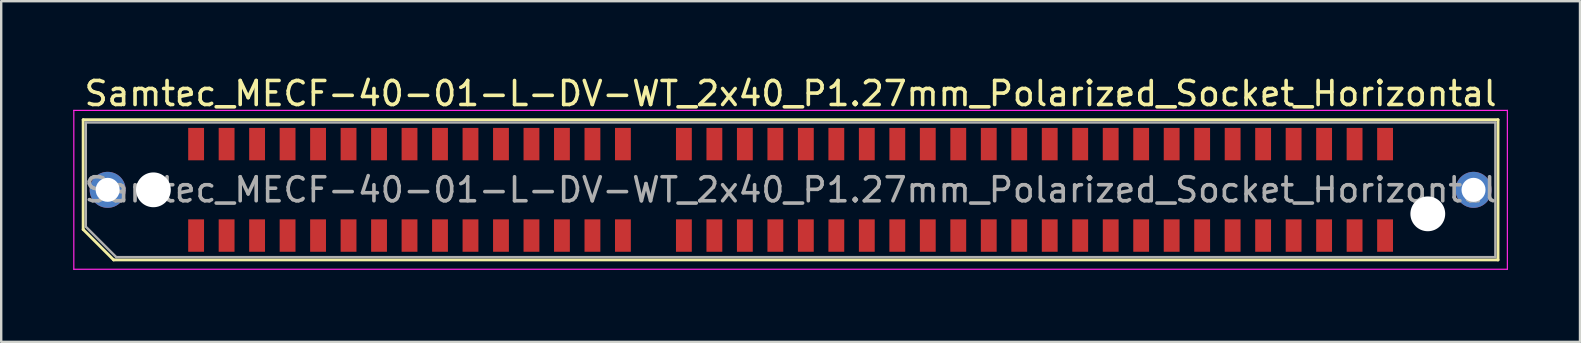
<source format=kicad_pcb>
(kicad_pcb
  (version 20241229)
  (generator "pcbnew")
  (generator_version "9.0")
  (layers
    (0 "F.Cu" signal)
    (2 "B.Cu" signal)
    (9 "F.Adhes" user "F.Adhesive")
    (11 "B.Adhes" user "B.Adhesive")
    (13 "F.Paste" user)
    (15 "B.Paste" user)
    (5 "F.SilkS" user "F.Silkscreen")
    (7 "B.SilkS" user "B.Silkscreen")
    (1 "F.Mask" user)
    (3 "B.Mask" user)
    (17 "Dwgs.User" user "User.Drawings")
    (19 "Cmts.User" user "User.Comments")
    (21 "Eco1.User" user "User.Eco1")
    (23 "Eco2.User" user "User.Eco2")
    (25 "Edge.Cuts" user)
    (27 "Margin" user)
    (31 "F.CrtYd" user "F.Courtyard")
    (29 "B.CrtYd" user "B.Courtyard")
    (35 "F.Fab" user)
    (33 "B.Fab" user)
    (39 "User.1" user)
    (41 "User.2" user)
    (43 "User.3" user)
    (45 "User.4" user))
  (footprint "Samtec_MECF-40-01-L-DV-WT_2x40_P1.27mm_Polarized_Socket_Horizontal"
    (layer "F.Cu")
    (at 29.885 4.858)
    (property "Reference" "Samtec_MECF-40-01-L-DV-WT_2x40_P1.27mm_Polarized_Socket_Horizontal" (at 0 -4.01 0) (layer "F.SilkS") (effects (font (size 1 1) (thickness 0.15))))
    (attr smd)
    (fp_line (start -29.47 -2.92) (end 29.47 -2.92) (stroke (width 0.12) (type solid)) (layer "F.SilkS"))
    (fp_line (start -29.47 1.65) (end -29.47 -2.92) (stroke (width 0.12) (type solid)) (layer "F.SilkS"))
    (fp_line (start -28.2 2.92) (end -29.47 1.65) (stroke (width 0.12) (type solid)) (layer "F.SilkS"))
    (fp_line (start -28.2 2.92) (end 29.47 2.92) (stroke (width 0.12) (type solid)) (layer "F.SilkS"))
    (fp_line (start 29.47 2.92) (end 29.47 -2.92) (stroke (width 0.12) (type solid)) (layer "F.SilkS"))
    (fp_line (start -29.86 -3.31) (end -29.86 3.31) (stroke (width 0.05) (type solid)) (layer "F.CrtYd"))
    (fp_line (start -29.86 3.31) (end 29.86 3.31) (stroke (width 0.05) (type solid)) (layer "F.CrtYd"))
    (fp_line (start 29.86 -3.31) (end -29.86 -3.31) (stroke (width 0.05) (type solid)) (layer "F.CrtYd"))
    (fp_line (start 29.86 3.31) (end 29.86 -3.31) (stroke (width 0.05) (type solid)) (layer "F.CrtYd"))
    (fp_line (start -29.36 -2.805) (end 29.36 -2.805) (stroke (width 0.1) (type solid)) (layer "F.Fab"))
    (fp_line (start -29.36 1.535) (end -29.36 -2.805) (stroke (width 0.1) (type solid)) (layer "F.Fab"))
    (fp_line (start -29.36 1.535) (end -28.09 2.805) (stroke (width 0.1) (type solid)) (layer "F.Fab"))
    (fp_line (start -28.09 2.805) (end 29.36 2.805) (stroke (width 0.1) (type solid)) (layer "F.Fab"))
    (fp_line (start 29.36 2.805) (end 29.36 -2.805) (stroke (width 0.1) (type solid)) (layer "F.Fab"))
    (fp_text user "${REFERENCE}" (at 0 0 0) (layer "F.Fab") (effects (font (size 1 1) (thickness 0.15))))
    (pad "" thru_hole circle (at -28.45 0) (size 1.5 1.5) (drill 1) (layers "*.Cu" "*.Mask"))
    (pad "" np_thru_hole circle (at -26.545 0) (size 1.45 1.45) (drill 1.45) (layers "*.Cu" "*.Mask"))
    (pad "" np_thru_hole circle (at 26.545 1) (size 1.45 1.45) (drill 1.45) (layers "*.Cu" "*.Mask"))
    (pad "" thru_hole circle (at 28.45 0) (size 1.5 1.5) (drill 1) (layers "*.Cu" "*.Mask"))
    (pad "1" smd rect (at -24.765 1.905) (size 0.66 1.35) (layers "F.Cu" "F.Mask" "F.Paste"))
    (pad "2" smd rect (at -24.765 -1.905) (size 0.66 1.35) (layers "F.Cu" "F.Mask" "F.Paste"))
    (pad "3" smd rect (at -23.495 1.905) (size 0.66 1.35) (layers "F.Cu" "F.Mask" "F.Paste"))
    (pad "4" smd rect (at -23.495 -1.905) (size 0.66 1.35) (layers "F.Cu" "F.Mask" "F.Paste"))
    (pad "5" smd rect (at -22.225 1.905) (size 0.66 1.35) (layers "F.Cu" "F.Mask" "F.Paste"))
    (pad "6" smd rect (at -22.225 -1.905) (size 0.66 1.35) (layers "F.Cu" "F.Mask" "F.Paste"))
    (pad "7" smd rect (at -20.955 1.905) (size 0.66 1.35) (layers "F.Cu" "F.Mask" "F.Paste"))
    (pad "8" smd rect (at -20.955 -1.905) (size 0.66 1.35) (layers "F.Cu" "F.Mask" "F.Paste"))
    (pad "9" smd rect (at -19.685 1.905) (size 0.66 1.35) (layers "F.Cu" "F.Mask" "F.Paste"))
    (pad "10" smd rect (at -19.685 -1.905) (size 0.66 1.35) (layers "F.Cu" "F.Mask" "F.Paste"))
    (pad "11" smd rect (at -18.415 1.905) (size 0.66 1.35) (layers "F.Cu" "F.Mask" "F.Paste"))
    (pad "12" smd rect (at -18.415 -1.905) (size 0.66 1.35) (layers "F.Cu" "F.Mask" "F.Paste"))
    (pad "13" smd rect (at -17.145 1.905) (size 0.66 1.35) (layers "F.Cu" "F.Mask" "F.Paste"))
    (pad "14" smd rect (at -17.145 -1.905) (size 0.66 1.35) (layers "F.Cu" "F.Mask" "F.Paste"))
    (pad "15" smd rect (at -15.875 1.905) (size 0.66 1.35) (layers "F.Cu" "F.Mask" "F.Paste"))
    (pad "16" smd rect (at -15.875 -1.905) (size 0.66 1.35) (layers "F.Cu" "F.Mask" "F.Paste"))
    (pad "17" smd rect (at -14.605 1.905) (size 0.66 1.35) (layers "F.Cu" "F.Mask" "F.Paste"))
    (pad "18" smd rect (at -14.605 -1.905) (size 0.66 1.35) (layers "F.Cu" "F.Mask" "F.Paste"))
    (pad "19" smd rect (at -13.335 1.905) (size 0.66 1.35) (layers "F.Cu" "F.Mask" "F.Paste"))
    (pad "20" smd rect (at -13.335 -1.905) (size 0.66 1.35) (layers "F.Cu" "F.Mask" "F.Paste"))
    (pad "21" smd rect (at -12.065 1.905) (size 0.66 1.35) (layers "F.Cu" "F.Mask" "F.Paste"))
    (pad "22" smd rect (at -12.065 -1.905) (size 0.66 1.35) (layers "F.Cu" "F.Mask" "F.Paste"))
    (pad "23" smd rect (at -10.795 1.905) (size 0.66 1.35) (layers "F.Cu" "F.Mask" "F.Paste"))
    (pad "24" smd rect (at -10.795 -1.905) (size 0.66 1.35) (layers "F.Cu" "F.Mask" "F.Paste"))
    (pad "25" smd rect (at -9.525 1.905) (size 0.66 1.35) (layers "F.Cu" "F.Mask" "F.Paste"))
    (pad "26" smd rect (at -9.525 -1.905) (size 0.66 1.35) (layers "F.Cu" "F.Mask" "F.Paste"))
    (pad "27" smd rect (at -8.255 1.905) (size 0.66 1.35) (layers "F.Cu" "F.Mask" "F.Paste"))
    (pad "28" smd rect (at -8.255 -1.905) (size 0.66 1.35) (layers "F.Cu" "F.Mask" "F.Paste"))
    (pad "29" smd rect (at -6.985 1.905) (size 0.66 1.35) (layers "F.Cu" "F.Mask" "F.Paste"))
    (pad "30" smd rect (at -6.985 -1.905) (size 0.66 1.35) (layers "F.Cu" "F.Mask" "F.Paste"))
    (pad "33" smd rect (at -4.445 1.905) (size 0.66 1.35) (layers "F.Cu" "F.Mask" "F.Paste"))
    (pad "34" smd rect (at -4.445 -1.905) (size 0.66 1.35) (layers "F.Cu" "F.Mask" "F.Paste"))
    (pad "35" smd rect (at -3.175 1.905) (size 0.66 1.35) (layers "F.Cu" "F.Mask" "F.Paste"))
    (pad "36" smd rect (at -3.175 -1.905) (size 0.66 1.35) (layers "F.Cu" "F.Mask" "F.Paste"))
    (pad "37" smd rect (at -1.905 1.905) (size 0.66 1.35) (layers "F.Cu" "F.Mask" "F.Paste"))
    (pad "38" smd rect (at -1.905 -1.905) (size 0.66 1.35) (layers "F.Cu" "F.Mask" "F.Paste"))
    (pad "39" smd rect (at -0.635 1.905) (size 0.66 1.35) (layers "F.Cu" "F.Mask" "F.Paste"))
    (pad "40" smd rect (at -0.635 -1.905) (size 0.66 1.35) (layers "F.Cu" "F.Mask" "F.Paste"))
    (pad "41" smd rect (at 0.635 1.905) (size 0.66 1.35) (layers "F.Cu" "F.Mask" "F.Paste"))
    (pad "42" smd rect (at 0.635 -1.905) (size 0.66 1.35) (layers "F.Cu" "F.Mask" "F.Paste"))
    (pad "43" smd rect (at 1.905 1.905) (size 0.66 1.35) (layers "F.Cu" "F.Mask" "F.Paste"))
    (pad "44" smd rect (at 1.905 -1.905) (size 0.66 1.35) (layers "F.Cu" "F.Mask" "F.Paste"))
    (pad "45" smd rect (at 3.175 1.905) (size 0.66 1.35) (layers "F.Cu" "F.Mask" "F.Paste"))
    (pad "46" smd rect (at 3.175 -1.905) (size 0.66 1.35) (layers "F.Cu" "F.Mask" "F.Paste"))
    (pad "47" smd rect (at 4.445 1.905) (size 0.66 1.35) (layers "F.Cu" "F.Mask" "F.Paste"))
    (pad "48" smd rect (at 4.445 -1.905) (size 0.66 1.35) (layers "F.Cu" "F.Mask" "F.Paste"))
    (pad "49" smd rect (at 5.715 1.905) (size 0.66 1.35) (layers "F.Cu" "F.Mask" "F.Paste"))
    (pad "50" smd rect (at 5.715 -1.905) (size 0.66 1.35) (layers "F.Cu" "F.Mask" "F.Paste"))
    (pad "51" smd rect (at 6.985 1.905) (size 0.66 1.35) (layers "F.Cu" "F.Mask" "F.Paste"))
    (pad "52" smd rect (at 6.985 -1.905) (size 0.66 1.35) (layers "F.Cu" "F.Mask" "F.Paste"))
    (pad "53" smd rect (at 8.255 1.905) (size 0.66 1.35) (layers "F.Cu" "F.Mask" "F.Paste"))
    (pad "54" smd rect (at 8.255 -1.905) (size 0.66 1.35) (layers "F.Cu" "F.Mask" "F.Paste"))
    (pad "55" smd rect (at 9.525 1.905) (size 0.66 1.35) (layers "F.Cu" "F.Mask" "F.Paste"))
    (pad "56" smd rect (at 9.525 -1.905) (size 0.66 1.35) (layers "F.Cu" "F.Mask" "F.Paste"))
    (pad "57" smd rect (at 10.795 1.905) (size 0.66 1.35) (layers "F.Cu" "F.Mask" "F.Paste"))
    (pad "58" smd rect (at 10.795 -1.905) (size 0.66 1.35) (layers "F.Cu" "F.Mask" "F.Paste"))
    (pad "59" smd rect (at 12.065 1.905) (size 0.66 1.35) (layers "F.Cu" "F.Mask" "F.Paste"))
    (pad "60" smd rect (at 12.065 -1.905) (size 0.66 1.35) (layers "F.Cu" "F.Mask" "F.Paste"))
    (pad "61" smd rect (at 13.335 1.905) (size 0.66 1.35) (layers "F.Cu" "F.Mask" "F.Paste"))
    (pad "62" smd rect (at 13.335 -1.905) (size 0.66 1.35) (layers "F.Cu" "F.Mask" "F.Paste"))
    (pad "63" smd rect (at 14.605 1.905) (size 0.66 1.35) (layers "F.Cu" "F.Mask" "F.Paste"))
    (pad "64" smd rect (at 14.605 -1.905) (size 0.66 1.35) (layers "F.Cu" "F.Mask" "F.Paste"))
    (pad "65" smd rect (at 15.875 1.905) (size 0.66 1.35) (layers "F.Cu" "F.Mask" "F.Paste"))
    (pad "66" smd rect (at 15.875 -1.905) (size 0.66 1.35) (layers "F.Cu" "F.Mask" "F.Paste"))
    (pad "67" smd rect (at 17.145 1.905) (size 0.66 1.35) (layers "F.Cu" "F.Mask" "F.Paste"))
    (pad "68" smd rect (at 17.145 -1.905) (size 0.66 1.35) (layers "F.Cu" "F.Mask" "F.Paste"))
    (pad "69" smd rect (at 18.415 1.905) (size 0.66 1.35) (layers "F.Cu" "F.Mask" "F.Paste"))
    (pad "70" smd rect (at 18.415 -1.905) (size 0.66 1.35) (layers "F.Cu" "F.Mask" "F.Paste"))
    (pad "71" smd rect (at 19.685 1.905) (size 0.66 1.35) (layers "F.Cu" "F.Mask" "F.Paste"))
    (pad "72" smd rect (at 19.685 -1.905) (size 0.66 1.35) (layers "F.Cu" "F.Mask" "F.Paste"))
    (pad "73" smd rect (at 20.955 1.905) (size 0.66 1.35) (layers "F.Cu" "F.Mask" "F.Paste"))
    (pad "74" smd rect (at 20.955 -1.905) (size 0.66 1.35) (layers "F.Cu" "F.Mask" "F.Paste"))
    (pad "75" smd rect (at 22.225 1.905) (size 0.66 1.35) (layers "F.Cu" "F.Mask" "F.Paste"))
    (pad "76" smd rect (at 22.225 -1.905) (size 0.66 1.35) (layers "F.Cu" "F.Mask" "F.Paste"))
    (pad "77" smd rect (at 23.495 1.905) (size 0.66 1.35) (layers "F.Cu" "F.Mask" "F.Paste"))
    (pad "78" smd rect (at 23.495 -1.905) (size 0.66 1.35) (layers "F.Cu" "F.Mask" "F.Paste"))
    (pad "79" smd rect (at 24.765 1.905) (size 0.66 1.35) (layers "F.Cu" "F.Mask" "F.Paste"))
    (pad "80" smd rect (at 24.765 -1.905) (size 0.66 1.35) (layers "F.Cu" "F.Mask" "F.Paste")))
  (gr_rect
    (start -3 -3)
    (end 62.77 11.193)
    (stroke (width 0.1) (type default))
    (fill no)
    (layer "Edge.Cuts")))
</source>
